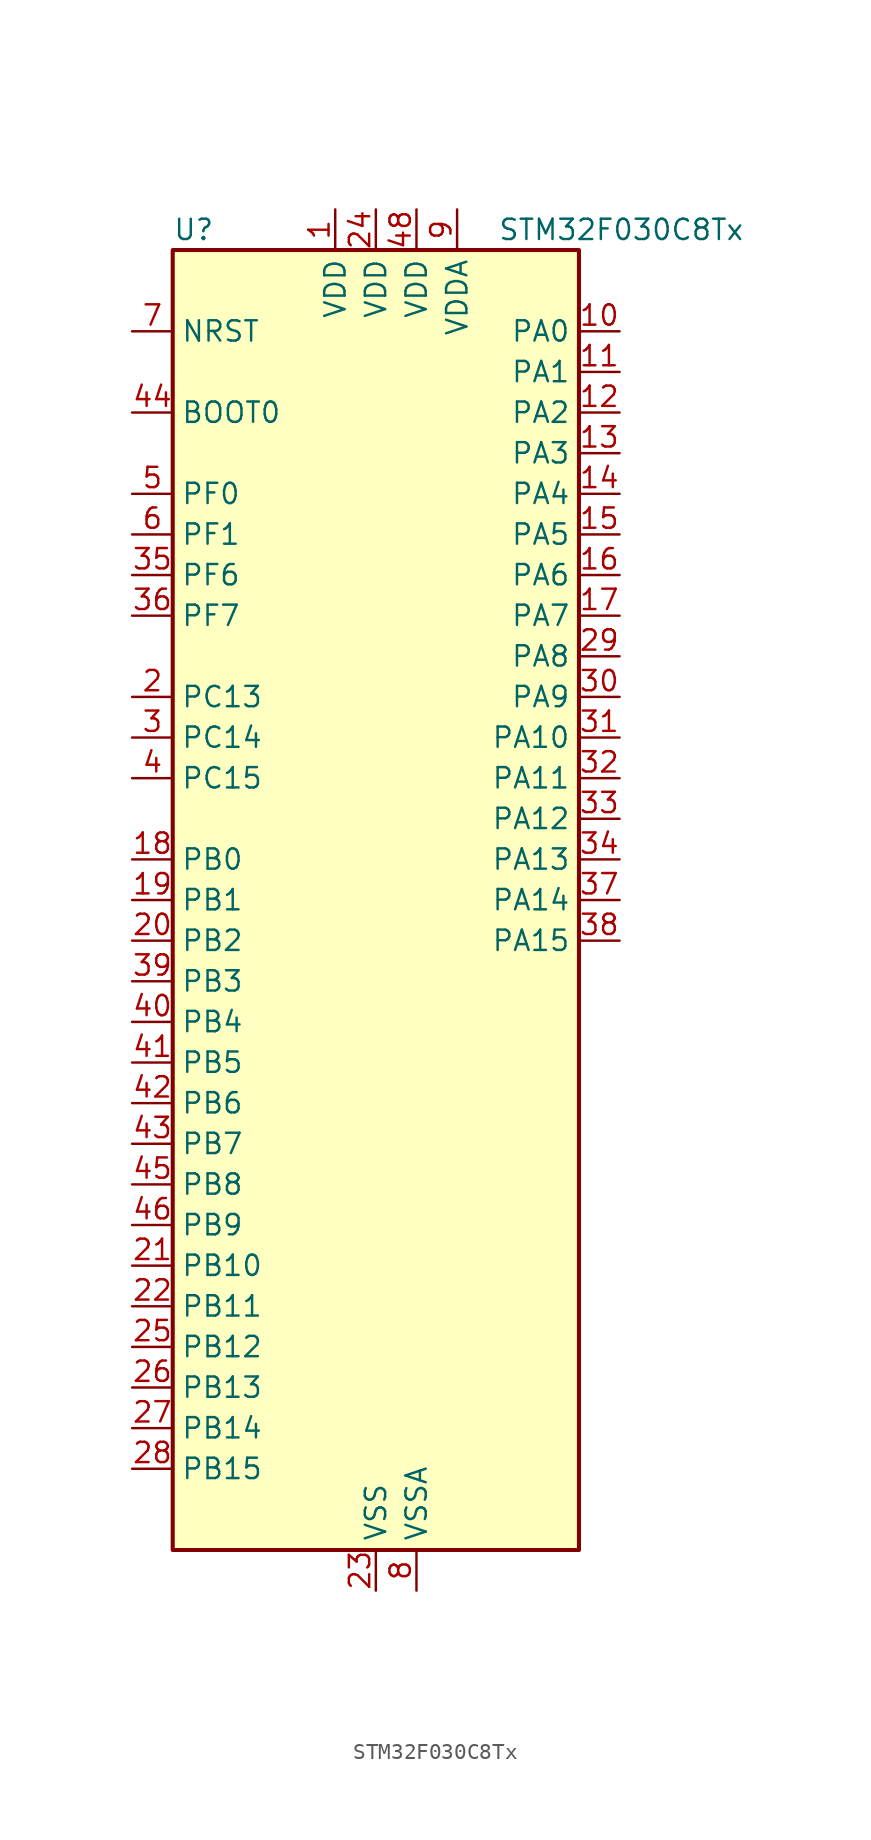
<source format=kicad_sym>
(kicad_symbol_lib
  (version 20241209)
  (generator "kicad_symbol_editor")
  (generator_version "9.0")
  (symbol "STM32F030C8Tx"
    (property "Reference" "U"
      (at -12.7 41.91 0)
      (effects (font (size 1.27 1.27)) (justify left)))
    (property "Value" "STM32F030C8Tx"
      (at 7.62 41.91 0)
      (effects (font (size 1.27 1.27)) (justify left)))
    (symbol "STM32F030C8Tx_0_1"
      (rectangle (start -12.7 -40.64) (end 12.7 40.64) (stroke (width 0.254) (type default)) (fill (type background))))
    (symbol "STM32F030C8Tx_1_1"
      (pin input line (at -15.24 35.56 0) (length 2.54) (name "NRST" (effects (font (size 1.27 1.27)))) (number "7" (effects (font (size 1.27 1.27)))))
      (pin input line (at -15.24 30.48 0) (length 2.54) (name "BOOT0" (effects (font (size 1.27 1.27)))) (number "44" (effects (font (size 1.27 1.27)))))
      (pin bidirectional line (at -15.24 25.4 0) (length 2.54) (name "PF0" (effects (font (size 1.27 1.27)))) (number "5" (effects (font (size 1.27 1.27)))) (alternate "RCC_OSC_IN" bidirectional line))
      (pin bidirectional line (at -15.24 22.86 0) (length 2.54) (name "PF1" (effects (font (size 1.27 1.27)))) (number "6" (effects (font (size 1.27 1.27)))) (alternate "RCC_OSC_OUT" bidirectional line))
      (pin bidirectional line (at -15.24 20.32 0) (length 2.54) (name "PF6" (effects (font (size 1.27 1.27)))) (number "35" (effects (font (size 1.27 1.27)))) (alternate "I2C2_SCL" bidirectional line))
      (pin bidirectional line (at -15.24 17.78 0) (length 2.54) (name "PF7" (effects (font (size 1.27 1.27)))) (number "36" (effects (font (size 1.27 1.27)))) (alternate "I2C2_SDA" bidirectional line))
      (pin bidirectional line (at -15.24 12.7 0) (length 2.54) (name "PC13" (effects (font (size 1.27 1.27)))) (number "2" (effects (font (size 1.27 1.27)))) (alternate "RTC_OUT_ALARM" bidirectional line) (alternate "RTC_OUT_CALIB" bidirectional line) (alternate "RTC_TAMP1" bidirectional line) (alternate "RTC_TS" bidirectional line) (alternate "SYS_WKUP2" bidirectional line))
      (pin bidirectional line (at -15.24 10.16 0) (length 2.54) (name "PC14" (effects (font (size 1.27 1.27)))) (number "3" (effects (font (size 1.27 1.27)))) (alternate "RCC_OSC32_IN" bidirectional line))
      (pin bidirectional line (at -15.24 7.62 0) (length 2.54) (name "PC15" (effects (font (size 1.27 1.27)))) (number "4" (effects (font (size 1.27 1.27)))) (alternate "RCC_OSC32_OUT" bidirectional line))
      (pin bidirectional line (at -15.24 2.54 0) (length 2.54) (name "PB0" (effects (font (size 1.27 1.27)))) (number "18" (effects (font (size 1.27 1.27)))) (alternate "ADC_IN8" bidirectional line) (alternate "TIM1_CH2N" bidirectional line) (alternate "TIM3_CH3" bidirectional line))
      (pin bidirectional line (at -15.24 0 0) (length 2.54) (name "PB1" (effects (font (size 1.27 1.27)))) (number "19" (effects (font (size 1.27 1.27)))) (alternate "ADC_IN9" bidirectional line) (alternate "TIM14_CH1" bidirectional line) (alternate "TIM1_CH3N" bidirectional line) (alternate "TIM3_CH4" bidirectional line))
      (pin bidirectional line (at -15.24 -2.54 0) (length 2.54) (name "PB2" (effects (font (size 1.27 1.27)))) (number "20" (effects (font (size 1.27 1.27)))))
      (pin bidirectional line (at -15.24 -5.08 0) (length 2.54) (name "PB3" (effects (font (size 1.27 1.27)))) (number "39" (effects (font (size 1.27 1.27)))) (alternate "SPI1_SCK" bidirectional line))
      (pin bidirectional line (at -15.24 -7.62 0) (length 2.54) (name "PB4" (effects (font (size 1.27 1.27)))) (number "40" (effects (font (size 1.27 1.27)))) (alternate "SPI1_MISO" bidirectional line) (alternate "TIM3_CH1" bidirectional line))
      (pin bidirectional line (at -15.24 -10.16 0) (length 2.54) (name "PB5" (effects (font (size 1.27 1.27)))) (number "41" (effects (font (size 1.27 1.27)))) (alternate "I2C1_SMBA" bidirectional line) (alternate "SPI1_MOSI" bidirectional line) (alternate "TIM16_BKIN" bidirectional line) (alternate "TIM3_CH2" bidirectional line))
      (pin bidirectional line (at -15.24 -12.7 0) (length 2.54) (name "PB6" (effects (font (size 1.27 1.27)))) (number "42" (effects (font (size 1.27 1.27)))) (alternate "I2C1_SCL" bidirectional line) (alternate "TIM16_CH1N" bidirectional line) (alternate "USART1_TX" bidirectional line))
      (pin bidirectional line (at -15.24 -15.24 0) (length 2.54) (name "PB7" (effects (font (size 1.27 1.27)))) (number "43" (effects (font (size 1.27 1.27)))) (alternate "I2C1_SDA" bidirectional line) (alternate "TIM17_CH1N" bidirectional line) (alternate "USART1_RX" bidirectional line))
      (pin bidirectional line (at -15.24 -17.78 0) (length 2.54) (name "PB8" (effects (font (size 1.27 1.27)))) (number "45" (effects (font (size 1.27 1.27)))) (alternate "I2C1_SCL" bidirectional line) (alternate "TIM16_CH1" bidirectional line))
      (pin bidirectional line (at -15.24 -20.32 0) (length 2.54) (name "PB9" (effects (font (size 1.27 1.27)))) (number "46" (effects (font (size 1.27 1.27)))) (alternate "I2C1_SDA" bidirectional line) (alternate "IR_OUT" bidirectional line) (alternate "TIM17_CH1" bidirectional line))
      (pin bidirectional line (at -15.24 -22.86 0) (length 2.54) (name "PB10" (effects (font (size 1.27 1.27)))) (number "21" (effects (font (size 1.27 1.27)))) (alternate "I2C2_SCL" bidirectional line))
      (pin bidirectional line (at -15.24 -25.4 0) (length 2.54) (name "PB11" (effects (font (size 1.27 1.27)))) (number "22" (effects (font (size 1.27 1.27)))) (alternate "I2C2_SDA" bidirectional line))
      (pin bidirectional line (at -15.24 -27.94 0) (length 2.54) (name "PB12" (effects (font (size 1.27 1.27)))) (number "25" (effects (font (size 1.27 1.27)))) (alternate "SPI2_NSS" bidirectional line) (alternate "TIM1_BKIN" bidirectional line))
      (pin bidirectional line (at -15.24 -30.48 0) (length 2.54) (name "PB13" (effects (font (size 1.27 1.27)))) (number "26" (effects (font (size 1.27 1.27)))) (alternate "SPI2_SCK" bidirectional line) (alternate "TIM1_CH1N" bidirectional line))
      (pin bidirectional line (at -15.24 -33.02 0) (length 2.54) (name "PB14" (effects (font (size 1.27 1.27)))) (number "27" (effects (font (size 1.27 1.27)))) (alternate "SPI2_MISO" bidirectional line) (alternate "TIM15_CH1" bidirectional line) (alternate "TIM1_CH2N" bidirectional line))
      (pin bidirectional line (at -15.24 -35.56 0) (length 2.54) (name "PB15" (effects (font (size 1.27 1.27)))) (number "28" (effects (font (size 1.27 1.27)))) (alternate "RTC_REFIN" bidirectional line) (alternate "SPI2_MOSI" bidirectional line) (alternate "TIM15_CH1N" bidirectional line) (alternate "TIM15_CH2" bidirectional line) (alternate "TIM1_CH3N" bidirectional line))
      (pin power_in line (at -2.54 43.18 270) (length 2.54) (name "VDD" (effects (font (size 1.27 1.27)))) (number "1" (effects (font (size 1.27 1.27)))))
      (pin power_in line (at 0 43.18 270) (length 2.54) (name "VDD" (effects (font (size 1.27 1.27)))) (number "24" (effects (font (size 1.27 1.27)))))
      (pin power_in line (at 0 -43.18 90) (length 2.54) (name "VSS" (effects (font (size 1.27 1.27)))) (number "23" (effects (font (size 1.27 1.27)))))
      (pin passive line (at 0 -43.18 90) (length 2.54) (hide yes) (name "VSS" (effects (font (size 1.27 1.27)))) (number "47" (effects (font (size 1.27 1.27)))))
      (pin power_in line (at 2.54 43.18 270) (length 2.54) (name "VDD" (effects (font (size 1.27 1.27)))) (number "48" (effects (font (size 1.27 1.27)))))
      (pin power_in line (at 2.54 -43.18 90) (length 2.54) (name "VSSA" (effects (font (size 1.27 1.27)))) (number "8" (effects (font (size 1.27 1.27)))))
      (pin power_in line (at 5.08 43.18 270) (length 2.54) (name "VDDA" (effects (font (size 1.27 1.27)))) (number "9" (effects (font (size 1.27 1.27)))))
      (pin bidirectional line (at 15.24 35.56 180) (length 2.54) (name "PA0" (effects (font (size 1.27 1.27)))) (number "10" (effects (font (size 1.27 1.27)))) (alternate "ADC_IN0" bidirectional line) (alternate "RTC_TAMP2" bidirectional line) (alternate "SYS_WKUP1" bidirectional line) (alternate "USART2_CTS" bidirectional line))
      (pin bidirectional line (at 15.24 33.02 180) (length 2.54) (name "PA1" (effects (font (size 1.27 1.27)))) (number "11" (effects (font (size 1.27 1.27)))) (alternate "ADC_IN1" bidirectional line) (alternate "USART2_DE" bidirectional line) (alternate "USART2_RTS" bidirectional line))
      (pin bidirectional line (at 15.24 30.48 180) (length 2.54) (name "PA2" (effects (font (size 1.27 1.27)))) (number "12" (effects (font (size 1.27 1.27)))) (alternate "ADC_IN2" bidirectional line) (alternate "TIM15_CH1" bidirectional line) (alternate "USART2_TX" bidirectional line))
      (pin bidirectional line (at 15.24 27.94 180) (length 2.54) (name "PA3" (effects (font (size 1.27 1.27)))) (number "13" (effects (font (size 1.27 1.27)))) (alternate "ADC_IN3" bidirectional line) (alternate "TIM15_CH2" bidirectional line) (alternate "USART2_RX" bidirectional line))
      (pin bidirectional line (at 15.24 25.4 180) (length 2.54) (name "PA4" (effects (font (size 1.27 1.27)))) (number "14" (effects (font (size 1.27 1.27)))) (alternate "ADC_IN4" bidirectional line) (alternate "SPI1_NSS" bidirectional line) (alternate "TIM14_CH1" bidirectional line) (alternate "USART2_CK" bidirectional line))
      (pin bidirectional line (at 15.24 22.86 180) (length 2.54) (name "PA5" (effects (font (size 1.27 1.27)))) (number "15" (effects (font (size 1.27 1.27)))) (alternate "ADC_IN5" bidirectional line) (alternate "SPI1_SCK" bidirectional line))
      (pin bidirectional line (at 15.24 20.32 180) (length 2.54) (name "PA6" (effects (font (size 1.27 1.27)))) (number "16" (effects (font (size 1.27 1.27)))) (alternate "ADC_IN6" bidirectional line) (alternate "SPI1_MISO" bidirectional line) (alternate "TIM16_CH1" bidirectional line) (alternate "TIM1_BKIN" bidirectional line) (alternate "TIM3_CH1" bidirectional line))
      (pin bidirectional line (at 15.24 17.78 180) (length 2.54) (name "PA7" (effects (font (size 1.27 1.27)))) (number "17" (effects (font (size 1.27 1.27)))) (alternate "ADC_IN7" bidirectional line) (alternate "SPI1_MOSI" bidirectional line) (alternate "TIM14_CH1" bidirectional line) (alternate "TIM17_CH1" bidirectional line) (alternate "TIM1_CH1N" bidirectional line) (alternate "TIM3_CH2" bidirectional line))
      (pin bidirectional line (at 15.24 15.24 180) (length 2.54) (name "PA8" (effects (font (size 1.27 1.27)))) (number "29" (effects (font (size 1.27 1.27)))) (alternate "RCC_MCO" bidirectional line) (alternate "TIM1_CH1" bidirectional line) (alternate "USART1_CK" bidirectional line))
      (pin bidirectional line (at 15.24 12.7 180) (length 2.54) (name "PA9" (effects (font (size 1.27 1.27)))) (number "30" (effects (font (size 1.27 1.27)))) (alternate "TIM15_BKIN" bidirectional line) (alternate "TIM1_CH2" bidirectional line) (alternate "USART1_TX" bidirectional line))
      (pin bidirectional line (at 15.24 10.16 180) (length 2.54) (name "PA10" (effects (font (size 1.27 1.27)))) (number "31" (effects (font (size 1.27 1.27)))) (alternate "TIM17_BKIN" bidirectional line) (alternate "TIM1_CH3" bidirectional line) (alternate "USART1_RX" bidirectional line))
      (pin bidirectional line (at 15.24 7.62 180) (length 2.54) (name "PA11" (effects (font (size 1.27 1.27)))) (number "32" (effects (font (size 1.27 1.27)))) (alternate "TIM1_CH4" bidirectional line) (alternate "USART1_CTS" bidirectional line))
      (pin bidirectional line (at 15.24 5.08 180) (length 2.54) (name "PA12" (effects (font (size 1.27 1.27)))) (number "33" (effects (font (size 1.27 1.27)))) (alternate "TIM1_ETR" bidirectional line) (alternate "USART1_DE" bidirectional line) (alternate "USART1_RTS" bidirectional line))
      (pin bidirectional line (at 15.24 2.54 180) (length 2.54) (name "PA13" (effects (font (size 1.27 1.27)))) (number "34" (effects (font (size 1.27 1.27)))) (alternate "IR_OUT" bidirectional line) (alternate "SYS_SWDIO" bidirectional line))
      (pin bidirectional line (at 15.24 0 180) (length 2.54) (name "PA14" (effects (font (size 1.27 1.27)))) (number "37" (effects (font (size 1.27 1.27)))) (alternate "SYS_SWCLK" bidirectional line) (alternate "USART2_TX" bidirectional line))
      (pin bidirectional line (at 15.24 -2.54 180) (length 2.54) (name "PA15" (effects (font (size 1.27 1.27)))) (number "38" (effects (font (size 1.27 1.27)))) (alternate "SPI1_NSS" bidirectional line) (alternate "USART2_RX" bidirectional line)))))
</source>
